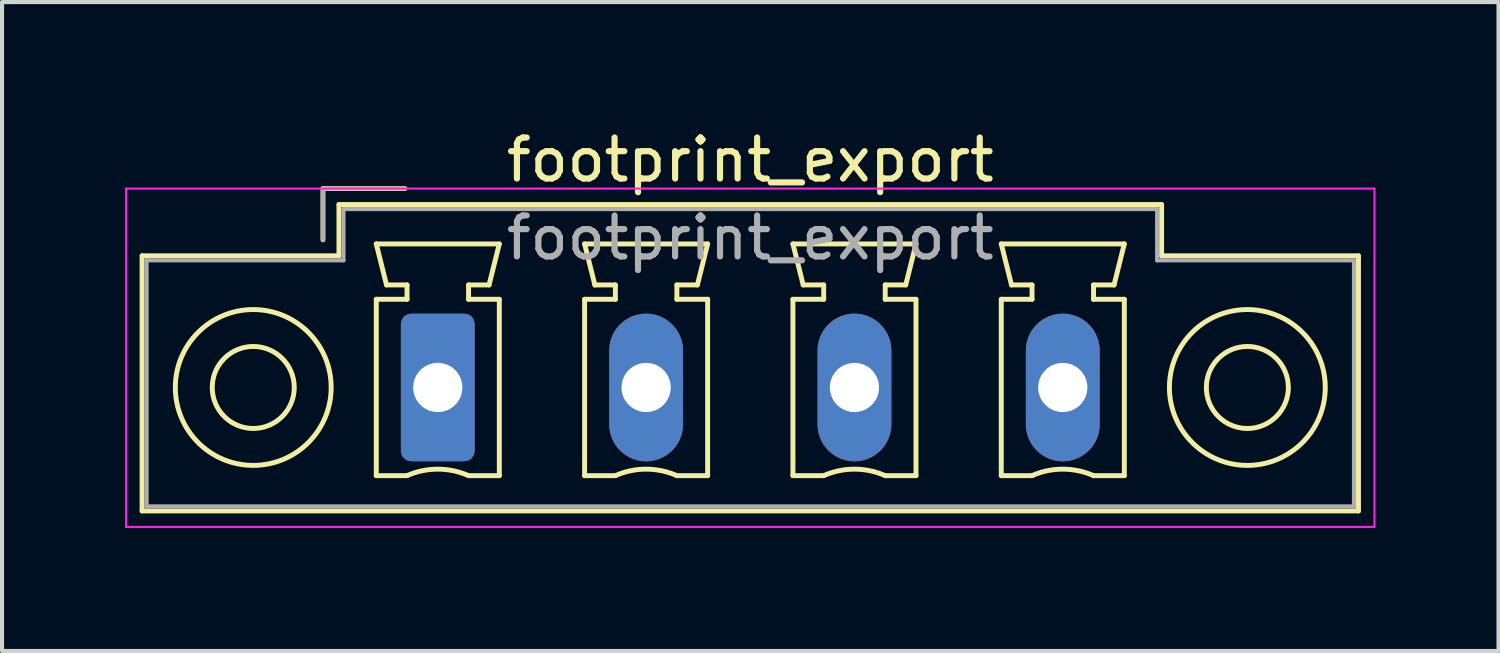
<source format=kicad_pcb>
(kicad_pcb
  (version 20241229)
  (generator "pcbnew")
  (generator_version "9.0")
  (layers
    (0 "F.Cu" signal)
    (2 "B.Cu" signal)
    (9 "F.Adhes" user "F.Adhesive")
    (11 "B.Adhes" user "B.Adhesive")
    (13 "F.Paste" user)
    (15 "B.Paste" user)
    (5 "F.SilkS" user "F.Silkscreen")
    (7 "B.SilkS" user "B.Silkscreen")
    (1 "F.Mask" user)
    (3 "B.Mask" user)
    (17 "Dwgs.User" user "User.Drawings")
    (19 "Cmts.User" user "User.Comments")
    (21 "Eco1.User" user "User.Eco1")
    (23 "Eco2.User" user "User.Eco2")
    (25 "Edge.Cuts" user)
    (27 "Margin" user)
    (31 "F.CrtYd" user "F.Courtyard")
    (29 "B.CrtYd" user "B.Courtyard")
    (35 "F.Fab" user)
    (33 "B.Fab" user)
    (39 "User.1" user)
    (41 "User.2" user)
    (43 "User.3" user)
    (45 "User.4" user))
  (footprint "footprint_export"
    (layer "F.Cu")
    (at 7.625 6.398)
    (property "Reference" "footprint_export" (at 7.62 -5.55 0) (layer "F.SilkS") (effects (font (size 1 1) (thickness 0.15))))
    (attr through_hole)
    (fp_line (start -7.21 -3.21) (end -7.21 3.01) (stroke (width 0.12) (type solid)) (layer "F.SilkS"))
    (fp_line (start -7.21 3.01) (end 22.45 3.01) (stroke (width 0.12) (type solid)) (layer "F.SilkS"))
    (fp_line (start -2.8 -4.85) (end -0.8 -4.85) (stroke (width 0.12) (type solid)) (layer "F.SilkS"))
    (fp_line (start -2.8 -3.6) (end -2.8 -4.85) (stroke (width 0.12) (type solid)) (layer "F.SilkS"))
    (fp_line (start -2.41 -4.46) (end -2.41 -3.21) (stroke (width 0.12) (type solid)) (layer "F.SilkS"))
    (fp_line (start -2.41 -3.21) (end -7.21 -3.21) (stroke (width 0.12) (type solid)) (layer "F.SilkS"))
    (fp_line (start -1.5 -3.5) (end 1.5 -3.5) (stroke (width 0.12) (type solid)) (layer "F.SilkS"))
    (fp_line (start -1.5 -2.15) (end -0.75 -2.15) (stroke (width 0.12) (type solid)) (layer "F.SilkS"))
    (fp_line (start -1.5 2.15) (end -1.5 -2.15) (stroke (width 0.12) (type solid)) (layer "F.SilkS"))
    (fp_line (start -1.25 -2.5) (end -1.5 -3.5) (stroke (width 0.12) (type solid)) (layer "F.SilkS"))
    (fp_line (start -0.75 -2.5) (end -1.25 -2.5) (stroke (width 0.12) (type solid)) (layer "F.SilkS"))
    (fp_line (start -0.75 -2.15) (end -0.75 -2.5) (stroke (width 0.12) (type solid)) (layer "F.SilkS"))
    (fp_line (start -0.75 2.15) (end -1.5 2.15) (stroke (width 0.12) (type solid)) (layer "F.SilkS"))
    (fp_line (start 0.75 -2.5) (end 0.75 -2.15) (stroke (width 0.12) (type solid)) (layer "F.SilkS"))
    (fp_line (start 0.75 -2.15) (end 1.5 -2.15) (stroke (width 0.12) (type solid)) (layer "F.SilkS"))
    (fp_line (start 1.25 -2.5) (end 0.75 -2.5) (stroke (width 0.12) (type solid)) (layer "F.SilkS"))
    (fp_line (start 1.5 -3.5) (end 1.25 -2.5) (stroke (width 0.12) (type solid)) (layer "F.SilkS"))
    (fp_line (start 1.5 -2.15) (end 1.5 2.15) (stroke (width 0.12) (type solid)) (layer "F.SilkS"))
    (fp_line (start 1.5 2.15) (end 0.75 2.15) (stroke (width 0.12) (type solid)) (layer "F.SilkS"))
    (fp_line (start 3.58 -3.5) (end 6.58 -3.5) (stroke (width 0.12) (type solid)) (layer "F.SilkS"))
    (fp_line (start 3.58 -2.15) (end 4.33 -2.15) (stroke (width 0.12) (type solid)) (layer "F.SilkS"))
    (fp_line (start 3.58 2.15) (end 3.58 -2.15) (stroke (width 0.12) (type solid)) (layer "F.SilkS"))
    (fp_line (start 3.83 -2.5) (end 3.58 -3.5) (stroke (width 0.12) (type solid)) (layer "F.SilkS"))
    (fp_line (start 4.33 -2.5) (end 3.83 -2.5) (stroke (width 0.12) (type solid)) (layer "F.SilkS"))
    (fp_line (start 4.33 -2.15) (end 4.33 -2.5) (stroke (width 0.12) (type solid)) (layer "F.SilkS"))
    (fp_line (start 4.33 2.15) (end 3.58 2.15) (stroke (width 0.12) (type solid)) (layer "F.SilkS"))
    (fp_line (start 5.83 -2.5) (end 5.83 -2.15) (stroke (width 0.12) (type solid)) (layer "F.SilkS"))
    (fp_line (start 5.83 -2.15) (end 6.58 -2.15) (stroke (width 0.12) (type solid)) (layer "F.SilkS"))
    (fp_line (start 6.33 -2.5) (end 5.83 -2.5) (stroke (width 0.12) (type solid)) (layer "F.SilkS"))
    (fp_line (start 6.58 -3.5) (end 6.33 -2.5) (stroke (width 0.12) (type solid)) (layer "F.SilkS"))
    (fp_line (start 6.58 -2.15) (end 6.58 2.15) (stroke (width 0.12) (type solid)) (layer "F.SilkS"))
    (fp_line (start 6.58 2.15) (end 5.83 2.15) (stroke (width 0.12) (type solid)) (layer "F.SilkS"))
    (fp_line (start 8.66 -3.5) (end 11.66 -3.5) (stroke (width 0.12) (type solid)) (layer "F.SilkS"))
    (fp_line (start 8.66 -2.15) (end 9.41 -2.15) (stroke (width 0.12) (type solid)) (layer "F.SilkS"))
    (fp_line (start 8.66 2.15) (end 8.66 -2.15) (stroke (width 0.12) (type solid)) (layer "F.SilkS"))
    (fp_line (start 8.91 -2.5) (end 8.66 -3.5) (stroke (width 0.12) (type solid)) (layer "F.SilkS"))
    (fp_line (start 9.41 -2.5) (end 8.91 -2.5) (stroke (width 0.12) (type solid)) (layer "F.SilkS"))
    (fp_line (start 9.41 -2.15) (end 9.41 -2.5) (stroke (width 0.12) (type solid)) (layer "F.SilkS"))
    (fp_line (start 9.41 2.15) (end 8.66 2.15) (stroke (width 0.12) (type solid)) (layer "F.SilkS"))
    (fp_line (start 10.91 -2.5) (end 10.91 -2.15) (stroke (width 0.12) (type solid)) (layer "F.SilkS"))
    (fp_line (start 10.91 -2.15) (end 11.66 -2.15) (stroke (width 0.12) (type solid)) (layer "F.SilkS"))
    (fp_line (start 11.41 -2.5) (end 10.91 -2.5) (stroke (width 0.12) (type solid)) (layer "F.SilkS"))
    (fp_line (start 11.66 -3.5) (end 11.41 -2.5) (stroke (width 0.12) (type solid)) (layer "F.SilkS"))
    (fp_line (start 11.66 -2.15) (end 11.66 2.15) (stroke (width 0.12) (type solid)) (layer "F.SilkS"))
    (fp_line (start 11.66 2.15) (end 10.91 2.15) (stroke (width 0.12) (type solid)) (layer "F.SilkS"))
    (fp_line (start 13.74 -3.5) (end 16.74 -3.5) (stroke (width 0.12) (type solid)) (layer "F.SilkS"))
    (fp_line (start 13.74 -2.15) (end 14.49 -2.15) (stroke (width 0.12) (type solid)) (layer "F.SilkS"))
    (fp_line (start 13.74 2.15) (end 13.74 -2.15) (stroke (width 0.12) (type solid)) (layer "F.SilkS"))
    (fp_line (start 13.99 -2.5) (end 13.74 -3.5) (stroke (width 0.12) (type solid)) (layer "F.SilkS"))
    (fp_line (start 14.49 -2.5) (end 13.99 -2.5) (stroke (width 0.12) (type solid)) (layer "F.SilkS"))
    (fp_line (start 14.49 -2.15) (end 14.49 -2.5) (stroke (width 0.12) (type solid)) (layer "F.SilkS"))
    (fp_line (start 14.49 2.15) (end 13.74 2.15) (stroke (width 0.12) (type solid)) (layer "F.SilkS"))
    (fp_line (start 15.99 -2.5) (end 15.99 -2.15) (stroke (width 0.12) (type solid)) (layer "F.SilkS"))
    (fp_line (start 15.99 -2.15) (end 16.74 -2.15) (stroke (width 0.12) (type solid)) (layer "F.SilkS"))
    (fp_line (start 16.49 -2.5) (end 15.99 -2.5) (stroke (width 0.12) (type solid)) (layer "F.SilkS"))
    (fp_line (start 16.74 -3.5) (end 16.49 -2.5) (stroke (width 0.12) (type solid)) (layer "F.SilkS"))
    (fp_line (start 16.74 -2.15) (end 16.74 2.15) (stroke (width 0.12) (type solid)) (layer "F.SilkS"))
    (fp_line (start 16.74 2.15) (end 15.99 2.15) (stroke (width 0.12) (type solid)) (layer "F.SilkS"))
    (fp_line (start 17.65 -4.46) (end -2.41 -4.46) (stroke (width 0.12) (type solid)) (layer "F.SilkS"))
    (fp_line (start 17.65 -3.21) (end 17.65 -4.46) (stroke (width 0.12) (type solid)) (layer "F.SilkS"))
    (fp_line (start 22.45 -3.21) (end 17.65 -3.21) (stroke (width 0.12) (type solid)) (layer "F.SilkS"))
    (fp_line (start 22.45 3.01) (end 22.45 -3.21) (stroke (width 0.12) (type solid)) (layer "F.SilkS"))
    (fp_arc (start -0.75 2.15) (mid -0.000193 1.99191) (end 0.749647 2.149844) (stroke (width 0.12) (type solid)) (layer "F.SilkS"))
    (fp_arc (start 4.33 2.15) (mid 5.079807 1.99191) (end 5.829647 2.149844) (stroke (width 0.12) (type solid)) (layer "F.SilkS"))
    (fp_arc (start 9.41 2.15) (mid 10.159807 1.99191) (end 10.909647 2.149844) (stroke (width 0.12) (type solid)) (layer "F.SilkS"))
    (fp_arc (start 14.49 2.15) (mid 15.239807 1.99191) (end 15.989647 2.149844) (stroke (width 0.12) (type solid)) (layer "F.SilkS"))
    (fp_circle (center -4.5 0) (end -3.5 0) (stroke (width 0.12) (type solid)) (fill no) (layer "F.SilkS"))
    (fp_circle (center -4.5 0) (end -2.6 0) (stroke (width 0.12) (type solid)) (fill no) (layer "F.SilkS"))
    (fp_circle (center 19.74 0) (end 20.74 0) (stroke (width 0.12) (type solid)) (fill no) (layer "F.SilkS"))
    (fp_circle (center 19.74 0) (end 21.64 0) (stroke (width 0.12) (type solid)) (fill no) (layer "F.SilkS"))
    (fp_line (start -7.6 -4.85) (end -7.6 3.4) (stroke (width 0.05) (type solid)) (layer "F.CrtYd"))
    (fp_line (start -7.6 3.4) (end 22.84 3.4) (stroke (width 0.05) (type solid)) (layer "F.CrtYd"))
    (fp_line (start 22.84 -4.85) (end -7.6 -4.85) (stroke (width 0.05) (type solid)) (layer "F.CrtYd"))
    (fp_line (start 22.84 3.4) (end 22.84 -4.85) (stroke (width 0.05) (type solid)) (layer "F.CrtYd"))
    (fp_line (start -7.1 -3.1) (end -7.1 2.9) (stroke (width 0.1) (type solid)) (layer "F.Fab"))
    (fp_line (start -7.1 2.9) (end 22.34 2.9) (stroke (width 0.1) (type solid)) (layer "F.Fab"))
    (fp_line (start -2.8 -4.85) (end -0.8 -4.85) (stroke (width 0.1) (type solid)) (layer "F.Fab"))
    (fp_line (start -2.8 -3.6) (end -2.8 -4.85) (stroke (width 0.1) (type solid)) (layer "F.Fab"))
    (fp_line (start -2.3 -4.35) (end -2.3 -3.1) (stroke (width 0.1) (type solid)) (layer "F.Fab"))
    (fp_line (start -2.3 -3.1) (end -7.1 -3.1) (stroke (width 0.1) (type solid)) (layer "F.Fab"))
    (fp_line (start 17.54 -4.35) (end -2.3 -4.35) (stroke (width 0.1) (type solid)) (layer "F.Fab"))
    (fp_line (start 17.54 -3.1) (end 17.54 -4.35) (stroke (width 0.1) (type solid)) (layer "F.Fab"))
    (fp_line (start 22.34 -3.1) (end 17.54 -3.1) (stroke (width 0.1) (type solid)) (layer "F.Fab"))
    (fp_line (start 22.34 2.9) (end 22.34 -3.1) (stroke (width 0.1) (type solid)) (layer "F.Fab"))
    (fp_text user "${REFERENCE}" (at 7.62 -3.65 0) (layer "F.Fab") (effects (font (size 1 1) (thickness 0.15))))
    (pad "1" thru_hole roundrect (at 0 0) (size 1.8 3.6) (drill 1.2) (layers "*.Cu" "*.Mask") (roundrect_rratio 0.139))
    (pad "2" thru_hole oval (at 5.08 0) (size 1.8 3.6) (drill 1.2) (layers "*.Cu" "*.Mask"))
    (pad "3" thru_hole oval (at 10.16 0) (size 1.8 3.6) (drill 1.2) (layers "*.Cu" "*.Mask"))
    (pad "4" thru_hole oval (at 15.24 0) (size 1.8 3.6) (drill 1.2) (layers "*.Cu" "*.Mask")))
  (gr_rect
    (start -3 -3)
    (end 33.49 12.823)
    (stroke (width 0.1) (type default))
    (fill no)
    (layer "Edge.Cuts")))
</source>
